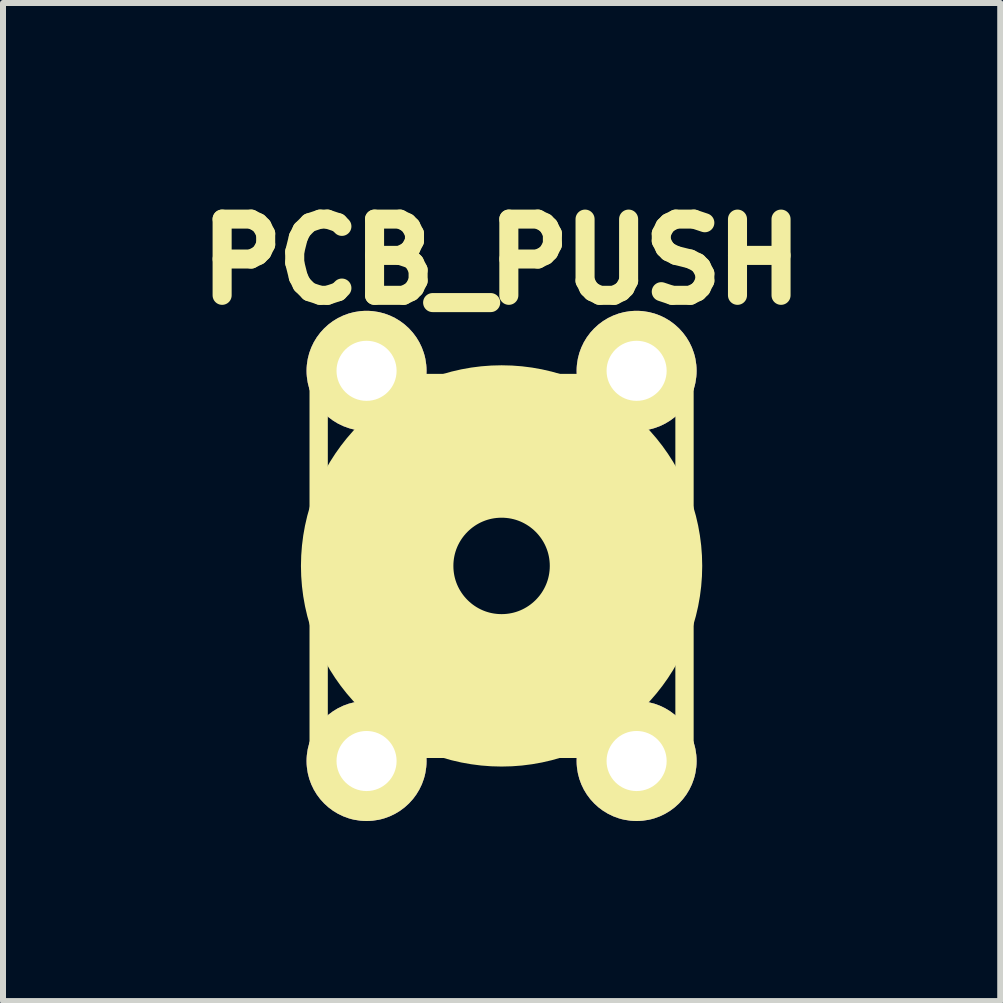
<source format=kicad_pcb>
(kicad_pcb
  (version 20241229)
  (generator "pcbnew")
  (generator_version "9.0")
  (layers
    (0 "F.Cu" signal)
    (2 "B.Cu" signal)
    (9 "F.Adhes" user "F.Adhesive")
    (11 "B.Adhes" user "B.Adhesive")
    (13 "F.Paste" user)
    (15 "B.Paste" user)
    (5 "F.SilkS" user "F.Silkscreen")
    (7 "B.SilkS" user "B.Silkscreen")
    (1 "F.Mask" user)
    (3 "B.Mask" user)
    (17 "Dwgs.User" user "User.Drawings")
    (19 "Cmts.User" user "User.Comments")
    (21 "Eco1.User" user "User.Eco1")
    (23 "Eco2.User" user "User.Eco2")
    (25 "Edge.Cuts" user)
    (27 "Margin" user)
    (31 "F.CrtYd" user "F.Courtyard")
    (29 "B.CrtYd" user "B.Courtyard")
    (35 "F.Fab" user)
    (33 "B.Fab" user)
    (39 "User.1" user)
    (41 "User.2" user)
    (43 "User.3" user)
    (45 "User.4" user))
  (footprint "PCB_PUSH"
    (layer "F.Cu")
    (at 5.308 6.38)
    (property "Reference" "PCB_PUSH" (at 0 -5.08 0) (layer "F.SilkS") (effects (font (size 1.27 1.27) (thickness 0.318))))
    (attr through_hole)
    (fp_line (start -3.048 -3.048) (end 3.048 -3.048) (stroke (width 0.305) (type solid)) (layer "F.SilkS"))
    (fp_line (start -3.048 3.048) (end -3.048 -3.048) (stroke (width 0.305) (type solid)) (layer "F.SilkS"))
    (fp_line (start 3.048 -3.048) (end 3.048 3.048) (stroke (width 0.305) (type solid)) (layer "F.SilkS"))
    (fp_line (start 3.048 3.048) (end -3.048 3.048) (stroke (width 0.305) (type solid)) (layer "F.SilkS"))
    (fp_circle (center 0 0) (end -0.762 0.254) (stroke (width 2.54) (type solid)) (fill no) (layer "F.SilkS"))
    (pad "1" thru_hole circle (at -2.25 -3.251) (size 1.999 1.999) (drill 1.001) (layers "*.Cu" "*.Mask" "F.SilkS"))
    (pad "2" thru_hole circle (at 2.25 3.251) (size 1.999 1.999) (drill 1.001) (layers "*.Cu" "*.Mask" "F.SilkS"))
    (pad "3" thru_hole circle (at -2.25 3.251) (size 1.999 1.999) (drill 1.001) (layers "*.Cu" "*.Mask" "F.SilkS"))
    (pad "4" thru_hole circle (at 2.25 -3.251) (size 1.999 1.999) (drill 1.001) (layers "*.Cu" "*.Mask" "F.SilkS")))
  (gr_rect
    (start -3 -3)
    (end 13.617 13.631)
    (stroke (width 0.1) (type default))
    (fill no)
    (layer "Edge.Cuts")))
</source>
